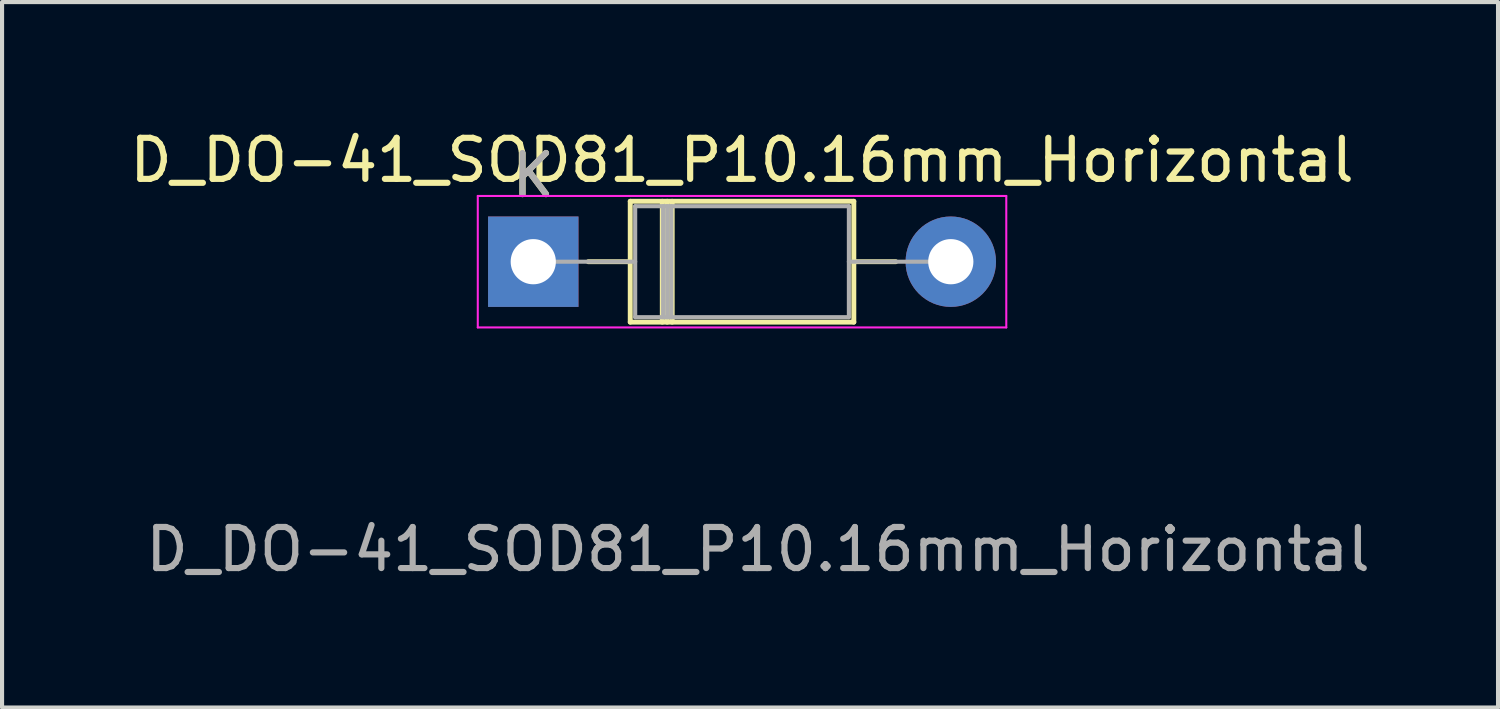
<source format=kicad_pcb>
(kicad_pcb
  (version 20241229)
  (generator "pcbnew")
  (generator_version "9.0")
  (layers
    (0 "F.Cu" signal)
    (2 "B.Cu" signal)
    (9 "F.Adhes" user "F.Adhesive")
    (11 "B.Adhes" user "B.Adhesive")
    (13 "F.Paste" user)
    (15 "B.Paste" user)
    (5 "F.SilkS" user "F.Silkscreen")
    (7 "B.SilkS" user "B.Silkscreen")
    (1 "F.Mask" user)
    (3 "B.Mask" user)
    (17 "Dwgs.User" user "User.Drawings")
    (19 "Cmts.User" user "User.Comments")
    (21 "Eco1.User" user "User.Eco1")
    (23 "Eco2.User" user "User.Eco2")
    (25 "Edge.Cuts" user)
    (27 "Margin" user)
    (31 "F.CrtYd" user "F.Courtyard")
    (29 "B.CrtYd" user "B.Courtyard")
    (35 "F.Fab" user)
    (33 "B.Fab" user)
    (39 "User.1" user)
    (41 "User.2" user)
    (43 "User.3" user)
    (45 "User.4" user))
  (footprint "D_DO-41_SOD81_P10.16mm_Horizontal"
    (layer "F.Cu")
    (at 9.926 3.318)
    (property "Reference" "D_DO-41_SOD81_P10.16mm_Horizontal" (at 5.08 -2.47 0) (layer "F.SilkS") (effects (font (size 1 1) (thickness 0.15))))
    (attr through_hole)
    (fp_line (start 1.34 0) (end 2.36 0) (stroke (width 0.12) (type solid)) (layer "F.SilkS"))
    (fp_line (start 2.36 -1.47) (end 2.36 1.47) (stroke (width 0.12) (type solid)) (layer "F.SilkS"))
    (fp_line (start 2.36 1.47) (end 7.8 1.47) (stroke (width 0.12) (type solid)) (layer "F.SilkS"))
    (fp_line (start 3.14 -1.47) (end 3.14 1.47) (stroke (width 0.12) (type solid)) (layer "F.SilkS"))
    (fp_line (start 3.26 -1.47) (end 3.26 1.47) (stroke (width 0.12) (type solid)) (layer "F.SilkS"))
    (fp_line (start 3.38 -1.47) (end 3.38 1.47) (stroke (width 0.12) (type solid)) (layer "F.SilkS"))
    (fp_line (start 7.8 -1.47) (end 2.36 -1.47) (stroke (width 0.12) (type solid)) (layer "F.SilkS"))
    (fp_line (start 7.8 1.47) (end 7.8 -1.47) (stroke (width 0.12) (type solid)) (layer "F.SilkS"))
    (fp_line (start 8.82 0) (end 7.8 0) (stroke (width 0.12) (type solid)) (layer "F.SilkS"))
    (fp_line (start -1.35 -1.6) (end -1.35 1.6) (stroke (width 0.05) (type solid)) (layer "F.CrtYd"))
    (fp_line (start -1.35 1.6) (end 11.51 1.6) (stroke (width 0.05) (type solid)) (layer "F.CrtYd"))
    (fp_line (start 11.51 -1.6) (end -1.35 -1.6) (stroke (width 0.05) (type solid)) (layer "F.CrtYd"))
    (fp_line (start 11.51 1.6) (end 11.51 -1.6) (stroke (width 0.05) (type solid)) (layer "F.CrtYd"))
    (fp_line (start 0 0) (end 2.48 0) (stroke (width 0.1) (type solid)) (layer "F.Fab"))
    (fp_line (start 2.48 -1.35) (end 2.48 1.35) (stroke (width 0.1) (type solid)) (layer "F.Fab"))
    (fp_line (start 2.48 1.35) (end 7.68 1.35) (stroke (width 0.1) (type solid)) (layer "F.Fab"))
    (fp_line (start 3.16 -1.35) (end 3.16 1.35) (stroke (width 0.1) (type solid)) (layer "F.Fab"))
    (fp_line (start 3.26 -1.35) (end 3.26 1.35) (stroke (width 0.1) (type solid)) (layer "F.Fab"))
    (fp_line (start 3.36 -1.35) (end 3.36 1.35) (stroke (width 0.1) (type solid)) (layer "F.Fab"))
    (fp_line (start 7.68 -1.35) (end 2.48 -1.35) (stroke (width 0.1) (type solid)) (layer "F.Fab"))
    (fp_line (start 7.68 1.35) (end 7.68 -1.35) (stroke (width 0.1) (type solid)) (layer "F.Fab"))
    (fp_line (start 10.16 0) (end 7.68 0) (stroke (width 0.1) (type solid)) (layer "F.Fab"))
    (fp_text user "K" (at 0 -2.1 0) (layer "F.SilkS") (effects (font (size 1 1) (thickness 0.15))))
    (fp_text user "K" (at 0 -2.1 0) (layer "F.Fab") (effects (font (size 1 1) (thickness 0.15))))
    (fp_text user "${REFERENCE}" (at 5.47 7 0) (layer "F.Fab") (effects (font (size 1 1) (thickness 0.15))))
    (pad "1" thru_hole rect (at 0 0) (size 2.2 2.2) (drill 1.1) (layers "*.Cu" "*.Mask"))
    (pad "2" thru_hole oval (at 10.16 0) (size 2.2 2.2) (drill 1.1) (layers "*.Cu" "*.Mask")))
  (gr_rect
    (start -3 -3)
    (end 33.402 14.166)
    (stroke (width 0.1) (type default))
    (fill no)
    (layer "Edge.Cuts")))
</source>
